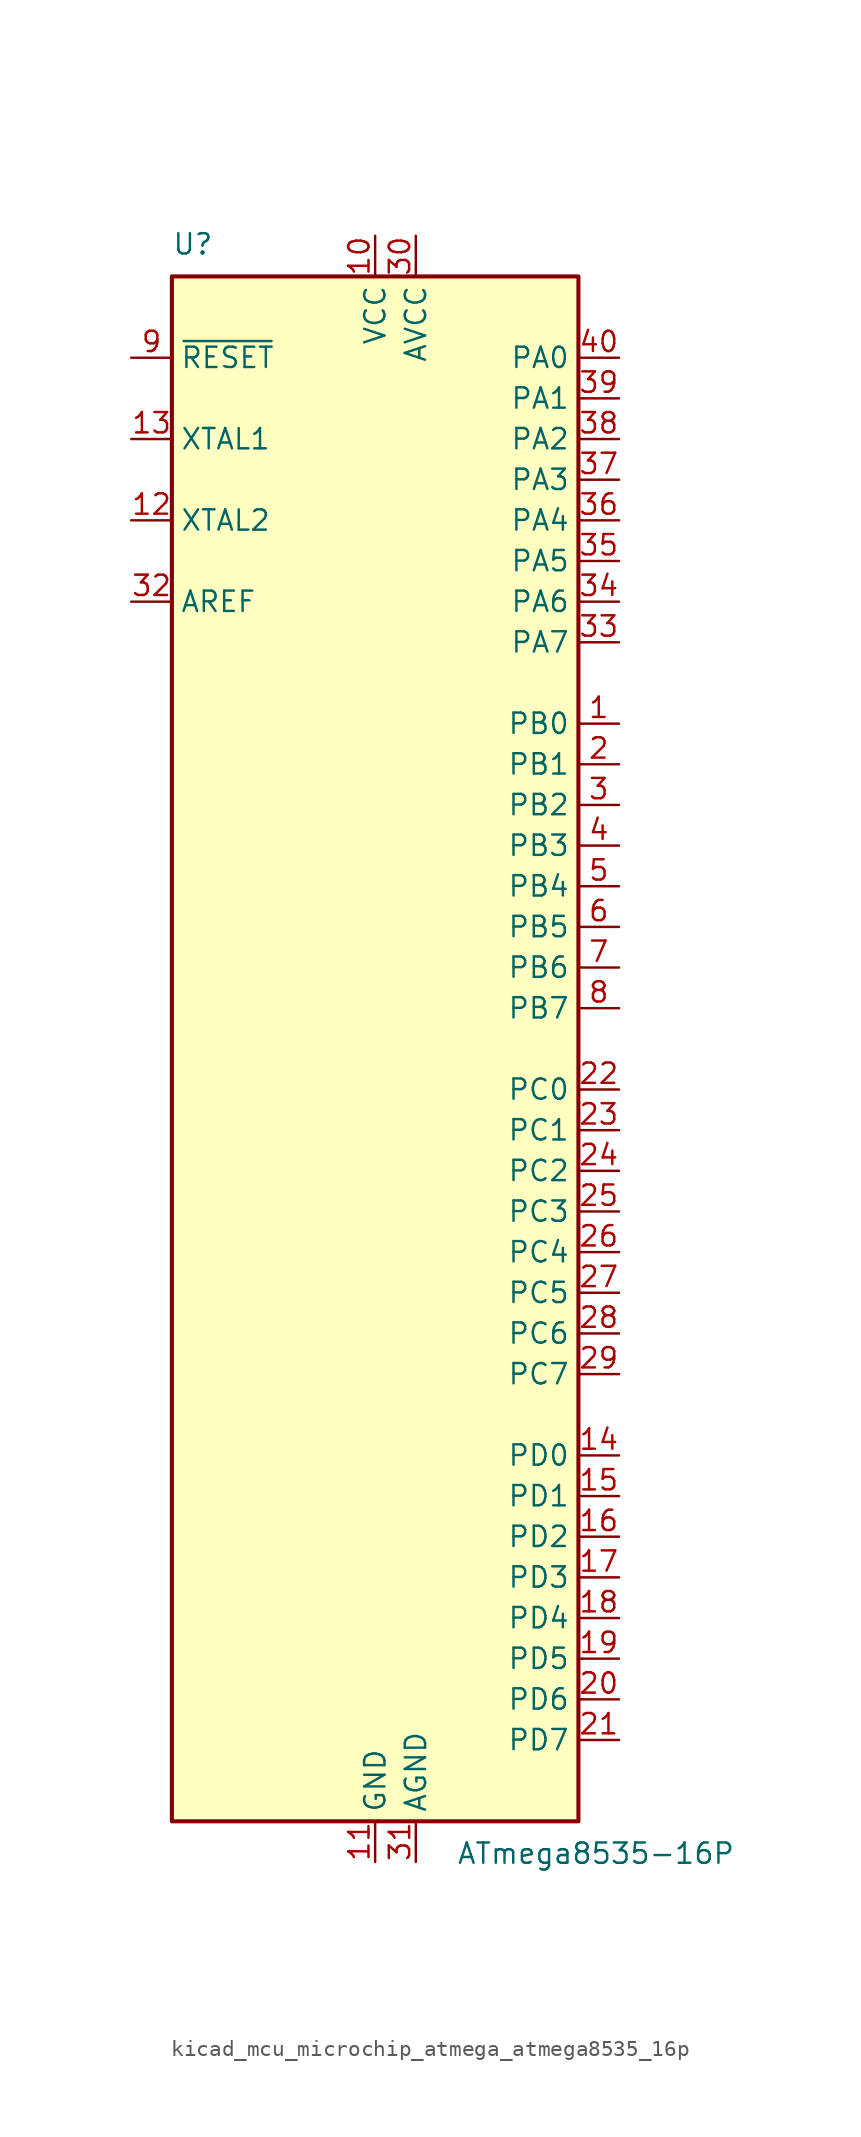
<source format=kicad_sym>
(kicad_symbol_lib
  (version 20220914)
  (generator kicad_symbol_editor)
  (symbol "kicad_mcu_microchip_atmega_atmega8535_16p"
    (property "Reference" "U"
      (at -12.7 49.53 0)
      (effects (font (size 1.27 1.27)) (justify left bottom)))
    (property "Value" "ATmega8535-16P"
      (at 5.08 -49.53 0)
      (effects (font (size 1.27 1.27)) (justify left top)))
    (symbol "kicad_mcu_microchip_atmega_atmega8535_16p_0_1"
      (rectangle (start -12.7 -48.26) (end 12.7 48.26) (stroke (width 0.254) (type default)) (fill (type background))))
    (symbol "kicad_mcu_microchip_atmega_atmega8535_16p_1_1"
      (pin bidirectional line (at 15.24 20.32 180) (length 2.54) (name "PB0" (effects (font (size 1.27 1.27)))) (number "1" (effects (font (size 1.27 1.27)))))
      (pin power_in line (at 0 50.8 270) (length 2.54) (name "VCC" (effects (font (size 1.27 1.27)))) (number "10" (effects (font (size 1.27 1.27)))))
      (pin power_in line (at 0 -50.8 90) (length 2.54) (name "GND" (effects (font (size 1.27 1.27)))) (number "11" (effects (font (size 1.27 1.27)))))
      (pin output line (at -15.24 33.02 0) (length 2.54) (name "XTAL2" (effects (font (size 1.27 1.27)))) (number "12" (effects (font (size 1.27 1.27)))))
      (pin input line (at -15.24 38.1 0) (length 2.54) (name "XTAL1" (effects (font (size 1.27 1.27)))) (number "13" (effects (font (size 1.27 1.27)))))
      (pin bidirectional line (at 15.24 -25.4 180) (length 2.54) (name "PD0" (effects (font (size 1.27 1.27)))) (number "14" (effects (font (size 1.27 1.27)))))
      (pin bidirectional line (at 15.24 -27.94 180) (length 2.54) (name "PD1" (effects (font (size 1.27 1.27)))) (number "15" (effects (font (size 1.27 1.27)))))
      (pin bidirectional line (at 15.24 -30.48 180) (length 2.54) (name "PD2" (effects (font (size 1.27 1.27)))) (number "16" (effects (font (size 1.27 1.27)))))
      (pin bidirectional line (at 15.24 -33.02 180) (length 2.54) (name "PD3" (effects (font (size 1.27 1.27)))) (number "17" (effects (font (size 1.27 1.27)))))
      (pin bidirectional line (at 15.24 -35.56 180) (length 2.54) (name "PD4" (effects (font (size 1.27 1.27)))) (number "18" (effects (font (size 1.27 1.27)))))
      (pin bidirectional line (at 15.24 -38.1 180) (length 2.54) (name "PD5" (effects (font (size 1.27 1.27)))) (number "19" (effects (font (size 1.27 1.27)))))
      (pin bidirectional line (at 15.24 17.78 180) (length 2.54) (name "PB1" (effects (font (size 1.27 1.27)))) (number "2" (effects (font (size 1.27 1.27)))))
      (pin bidirectional line (at 15.24 -40.64 180) (length 2.54) (name "PD6" (effects (font (size 1.27 1.27)))) (number "20" (effects (font (size 1.27 1.27)))))
      (pin bidirectional line (at 15.24 -43.18 180) (length 2.54) (name "PD7" (effects (font (size 1.27 1.27)))) (number "21" (effects (font (size 1.27 1.27)))))
      (pin bidirectional line (at 15.24 -2.54 180) (length 2.54) (name "PC0" (effects (font (size 1.27 1.27)))) (number "22" (effects (font (size 1.27 1.27)))))
      (pin bidirectional line (at 15.24 -5.08 180) (length 2.54) (name "PC1" (effects (font (size 1.27 1.27)))) (number "23" (effects (font (size 1.27 1.27)))))
      (pin bidirectional line (at 15.24 -7.62 180) (length 2.54) (name "PC2" (effects (font (size 1.27 1.27)))) (number "24" (effects (font (size 1.27 1.27)))))
      (pin bidirectional line (at 15.24 -10.16 180) (length 2.54) (name "PC3" (effects (font (size 1.27 1.27)))) (number "25" (effects (font (size 1.27 1.27)))))
      (pin bidirectional line (at 15.24 -12.7 180) (length 2.54) (name "PC4" (effects (font (size 1.27 1.27)))) (number "26" (effects (font (size 1.27 1.27)))))
      (pin bidirectional line (at 15.24 -15.24 180) (length 2.54) (name "PC5" (effects (font (size 1.27 1.27)))) (number "27" (effects (font (size 1.27 1.27)))))
      (pin bidirectional line (at 15.24 -17.78 180) (length 2.54) (name "PC6" (effects (font (size 1.27 1.27)))) (number "28" (effects (font (size 1.27 1.27)))))
      (pin bidirectional line (at 15.24 -20.32 180) (length 2.54) (name "PC7" (effects (font (size 1.27 1.27)))) (number "29" (effects (font (size 1.27 1.27)))))
      (pin bidirectional line (at 15.24 15.24 180) (length 2.54) (name "PB2" (effects (font (size 1.27 1.27)))) (number "3" (effects (font (size 1.27 1.27)))))
      (pin power_in line (at 2.54 50.8 270) (length 2.54) (name "AVCC" (effects (font (size 1.27 1.27)))) (number "30" (effects (font (size 1.27 1.27)))))
      (pin power_in line (at 2.54 -50.8 90) (length 2.54) (name "AGND" (effects (font (size 1.27 1.27)))) (number "31" (effects (font (size 1.27 1.27)))))
      (pin passive line (at -15.24 27.94 0) (length 2.54) (name "AREF" (effects (font (size 1.27 1.27)))) (number "32" (effects (font (size 1.27 1.27)))))
      (pin bidirectional line (at 15.24 25.4 180) (length 2.54) (name "PA7" (effects (font (size 1.27 1.27)))) (number "33" (effects (font (size 1.27 1.27)))))
      (pin bidirectional line (at 15.24 27.94 180) (length 2.54) (name "PA6" (effects (font (size 1.27 1.27)))) (number "34" (effects (font (size 1.27 1.27)))))
      (pin bidirectional line (at 15.24 30.48 180) (length 2.54) (name "PA5" (effects (font (size 1.27 1.27)))) (number "35" (effects (font (size 1.27 1.27)))))
      (pin bidirectional line (at 15.24 33.02 180) (length 2.54) (name "PA4" (effects (font (size 1.27 1.27)))) (number "36" (effects (font (size 1.27 1.27)))))
      (pin bidirectional line (at 15.24 35.56 180) (length 2.54) (name "PA3" (effects (font (size 1.27 1.27)))) (number "37" (effects (font (size 1.27 1.27)))))
      (pin bidirectional line (at 15.24 38.1 180) (length 2.54) (name "PA2" (effects (font (size 1.27 1.27)))) (number "38" (effects (font (size 1.27 1.27)))))
      (pin bidirectional line (at 15.24 40.64 180) (length 2.54) (name "PA1" (effects (font (size 1.27 1.27)))) (number "39" (effects (font (size 1.27 1.27)))))
      (pin bidirectional line (at 15.24 12.7 180) (length 2.54) (name "PB3" (effects (font (size 1.27 1.27)))) (number "4" (effects (font (size 1.27 1.27)))))
      (pin bidirectional line (at 15.24 43.18 180) (length 2.54) (name "PA0" (effects (font (size 1.27 1.27)))) (number "40" (effects (font (size 1.27 1.27)))))
      (pin bidirectional line (at 15.24 10.16 180) (length 2.54) (name "PB4" (effects (font (size 1.27 1.27)))) (number "5" (effects (font (size 1.27 1.27)))))
      (pin bidirectional line (at 15.24 7.62 180) (length 2.54) (name "PB5" (effects (font (size 1.27 1.27)))) (number "6" (effects (font (size 1.27 1.27)))))
      (pin bidirectional line (at 15.24 5.08 180) (length 2.54) (name "PB6" (effects (font (size 1.27 1.27)))) (number "7" (effects (font (size 1.27 1.27)))))
      (pin bidirectional line (at 15.24 2.54 180) (length 2.54) (name "PB7" (effects (font (size 1.27 1.27)))) (number "8" (effects (font (size 1.27 1.27)))))
      (pin input line (at -15.24 43.18 0) (length 2.54) (name "~{RESET}" (effects (font (size 1.27 1.27)))) (number "9" (effects (font (size 1.27 1.27))))))))
</source>
